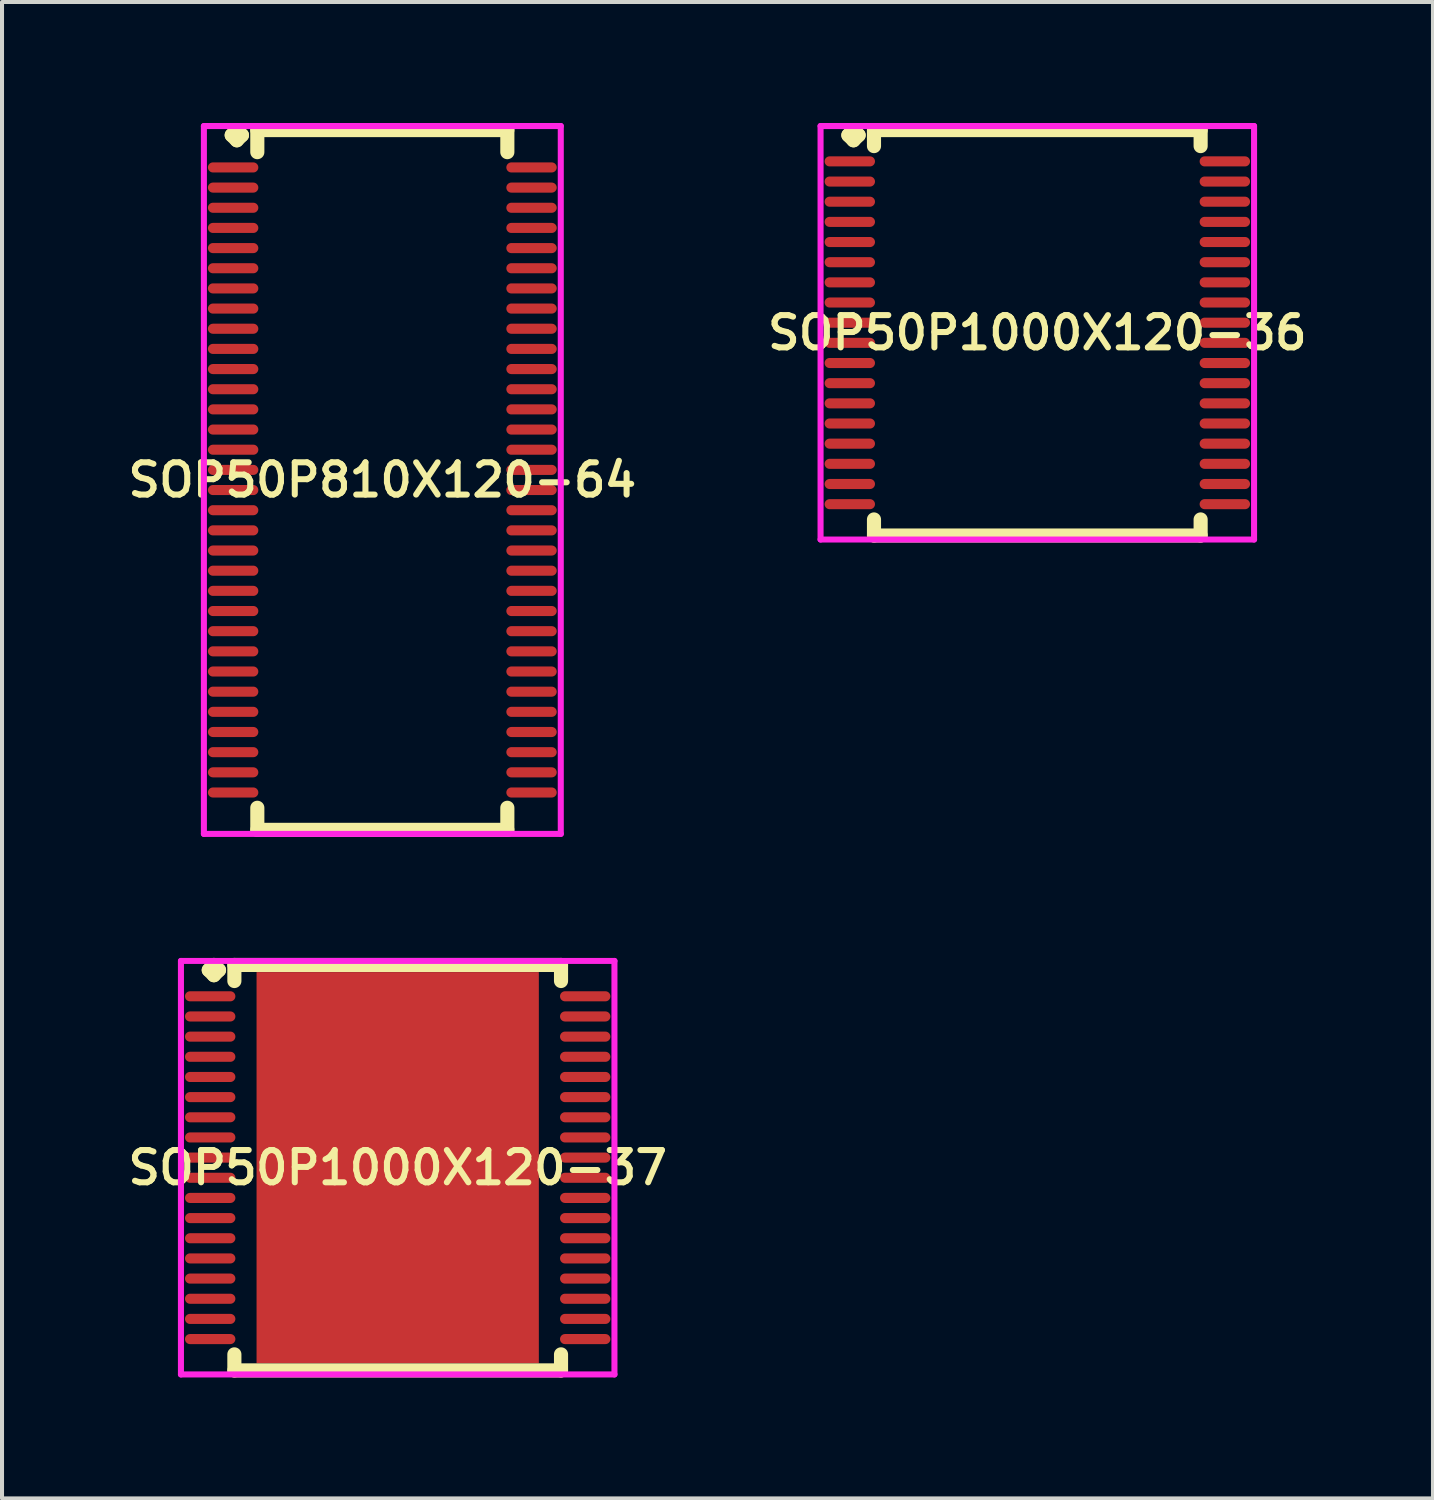
<source format=kicad_pcb>
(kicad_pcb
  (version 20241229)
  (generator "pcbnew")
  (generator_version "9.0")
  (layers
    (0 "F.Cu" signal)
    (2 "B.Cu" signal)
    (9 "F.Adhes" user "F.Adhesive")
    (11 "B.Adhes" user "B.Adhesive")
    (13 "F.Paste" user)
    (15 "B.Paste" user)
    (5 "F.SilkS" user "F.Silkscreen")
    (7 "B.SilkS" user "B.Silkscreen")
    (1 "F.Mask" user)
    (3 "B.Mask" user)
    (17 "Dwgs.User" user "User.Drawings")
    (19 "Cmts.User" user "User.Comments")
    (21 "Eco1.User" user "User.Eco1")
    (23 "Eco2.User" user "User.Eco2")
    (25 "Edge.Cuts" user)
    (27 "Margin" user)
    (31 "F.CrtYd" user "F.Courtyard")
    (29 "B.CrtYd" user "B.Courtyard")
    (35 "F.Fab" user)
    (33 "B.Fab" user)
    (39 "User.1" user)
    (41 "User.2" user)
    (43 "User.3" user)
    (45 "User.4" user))
  (footprint "SOP50P810X120-64"
    (layer "F.Cu")
    (at 6.431 8.852)
    (property "Reference" "SOP50P810X120-64" (at 0 0 0) (layer "F.SilkS") (effects (font (size 0.8 0.8) (thickness 0.15))))
    (attr smd)
    (fp_line (start -3.735 -8.55) (end -3.608 -8.677) (stroke (width 0.35) (type solid)) (layer "F.SilkS"))
    (fp_line (start -3.608 -8.677) (end -3.481 -8.55) (stroke (width 0.35) (type solid)) (layer "F.SilkS"))
    (fp_line (start -3.608 -8.423) (end -3.735 -8.55) (stroke (width 0.35) (type solid)) (layer "F.SilkS"))
    (fp_line (start -3.481 -8.55) (end -3.608 -8.423) (stroke (width 0.35) (type solid)) (layer "F.SilkS"))
    (fp_line (start -3.1 -8.677) (end 3.1 -8.677) (stroke (width 0.35) (type solid)) (layer "F.SilkS"))
    (fp_line (start -3.1 -8.129) (end -3.1 -8.677) (stroke (width 0.35) (type solid)) (layer "F.SilkS"))
    (fp_line (start -3.1 8.129) (end -3.1 8.677) (stroke (width 0.35) (type solid)) (layer "F.SilkS"))
    (fp_line (start -3.1 8.677) (end 3.1 8.677) (stroke (width 0.35) (type solid)) (layer "F.SilkS"))
    (fp_line (start 3.1 -8.677) (end 3.1 -8.129) (stroke (width 0.35) (type solid)) (layer "F.SilkS"))
    (fp_line (start 3.1 8.677) (end 3.1 8.129) (stroke (width 0.35) (type solid)) (layer "F.SilkS"))
    (fp_line (start -4.425 -8.777) (end 4.425 -8.777) (stroke (width 0.15) (type solid)) (layer "F.CrtYd"))
    (fp_line (start -4.425 8.777) (end -4.425 -8.777) (stroke (width 0.15) (type solid)) (layer "F.CrtYd"))
    (fp_line (start 4.425 -8.777) (end 4.425 8.777) (stroke (width 0.15) (type solid)) (layer "F.CrtYd"))
    (fp_line (start 4.425 8.777) (end -4.425 8.777) (stroke (width 0.15) (type solid)) (layer "F.CrtYd"))
    (pad "1" smd oval (at -3.7 -7.75) (size 1.25 0.25) (layers "F.Cu" "F.Mask" "F.Paste"))
    (pad "2" smd oval (at -3.7 -7.25) (size 1.25 0.25) (layers "F.Cu" "F.Mask" "F.Paste"))
    (pad "3" smd oval (at -3.7 -6.75) (size 1.25 0.25) (layers "F.Cu" "F.Mask" "F.Paste"))
    (pad "4" smd oval (at -3.7 -6.25) (size 1.25 0.25) (layers "F.Cu" "F.Mask" "F.Paste"))
    (pad "5" smd oval (at -3.7 -5.75) (size 1.25 0.25) (layers "F.Cu" "F.Mask" "F.Paste"))
    (pad "6" smd oval (at -3.7 -5.25) (size 1.25 0.25) (layers "F.Cu" "F.Mask" "F.Paste"))
    (pad "7" smd oval (at -3.7 -4.75) (size 1.25 0.25) (layers "F.Cu" "F.Mask" "F.Paste"))
    (pad "8" smd oval (at -3.7 -4.25) (size 1.25 0.25) (layers "F.Cu" "F.Mask" "F.Paste"))
    (pad "9" smd oval (at -3.7 -3.75) (size 1.25 0.25) (layers "F.Cu" "F.Mask" "F.Paste"))
    (pad "10" smd oval (at -3.7 -3.25) (size 1.25 0.25) (layers "F.Cu" "F.Mask" "F.Paste"))
    (pad "11" smd oval (at -3.7 -2.75) (size 1.25 0.25) (layers "F.Cu" "F.Mask" "F.Paste"))
    (pad "12" smd oval (at -3.7 -2.25) (size 1.25 0.25) (layers "F.Cu" "F.Mask" "F.Paste"))
    (pad "13" smd oval (at -3.7 -1.75) (size 1.25 0.25) (layers "F.Cu" "F.Mask" "F.Paste"))
    (pad "14" smd oval (at -3.7 -1.25) (size 1.25 0.25) (layers "F.Cu" "F.Mask" "F.Paste"))
    (pad "15" smd oval (at -3.7 -0.75) (size 1.25 0.25) (layers "F.Cu" "F.Mask" "F.Paste"))
    (pad "16" smd oval (at -3.7 -0.25) (size 1.25 0.25) (layers "F.Cu" "F.Mask" "F.Paste"))
    (pad "17" smd oval (at -3.7 0.25) (size 1.25 0.25) (layers "F.Cu" "F.Mask" "F.Paste"))
    (pad "18" smd oval (at -3.7 0.75) (size 1.25 0.25) (layers "F.Cu" "F.Mask" "F.Paste"))
    (pad "19" smd oval (at -3.7 1.25) (size 1.25 0.25) (layers "F.Cu" "F.Mask" "F.Paste"))
    (pad "20" smd oval (at -3.7 1.75) (size 1.25 0.25) (layers "F.Cu" "F.Mask" "F.Paste"))
    (pad "21" smd oval (at -3.7 2.25) (size 1.25 0.25) (layers "F.Cu" "F.Mask" "F.Paste"))
    (pad "22" smd oval (at -3.7 2.75) (size 1.25 0.25) (layers "F.Cu" "F.Mask" "F.Paste"))
    (pad "23" smd oval (at -3.7 3.25) (size 1.25 0.25) (layers "F.Cu" "F.Mask" "F.Paste"))
    (pad "24" smd oval (at -3.7 3.75) (size 1.25 0.25) (layers "F.Cu" "F.Mask" "F.Paste"))
    (pad "25" smd oval (at -3.7 4.25) (size 1.25 0.25) (layers "F.Cu" "F.Mask" "F.Paste"))
    (pad "26" smd oval (at -3.7 4.75) (size 1.25 0.25) (layers "F.Cu" "F.Mask" "F.Paste"))
    (pad "27" smd oval (at -3.7 5.25) (size 1.25 0.25) (layers "F.Cu" "F.Mask" "F.Paste"))
    (pad "28" smd oval (at -3.7 5.75) (size 1.25 0.25) (layers "F.Cu" "F.Mask" "F.Paste"))
    (pad "29" smd oval (at -3.7 6.25) (size 1.25 0.25) (layers "F.Cu" "F.Mask" "F.Paste"))
    (pad "30" smd oval (at -3.7 6.75) (size 1.25 0.25) (layers "F.Cu" "F.Mask" "F.Paste"))
    (pad "31" smd oval (at -3.7 7.25) (size 1.25 0.25) (layers "F.Cu" "F.Mask" "F.Paste"))
    (pad "32" smd oval (at -3.7 7.75) (size 1.25 0.25) (layers "F.Cu" "F.Mask" "F.Paste"))
    (pad "33" smd oval (at 3.7 7.75) (size 1.25 0.25) (layers "F.Cu" "F.Mask" "F.Paste"))
    (pad "34" smd oval (at 3.7 7.25) (size 1.25 0.25) (layers "F.Cu" "F.Mask" "F.Paste"))
    (pad "35" smd oval (at 3.7 6.75) (size 1.25 0.25) (layers "F.Cu" "F.Mask" "F.Paste"))
    (pad "36" smd oval (at 3.7 6.25) (size 1.25 0.25) (layers "F.Cu" "F.Mask" "F.Paste"))
    (pad "37" smd oval (at 3.7 5.75) (size 1.25 0.25) (layers "F.Cu" "F.Mask" "F.Paste"))
    (pad "38" smd oval (at 3.7 5.25) (size 1.25 0.25) (layers "F.Cu" "F.Mask" "F.Paste"))
    (pad "39" smd oval (at 3.7 4.75) (size 1.25 0.25) (layers "F.Cu" "F.Mask" "F.Paste"))
    (pad "40" smd oval (at 3.7 4.25) (size 1.25 0.25) (layers "F.Cu" "F.Mask" "F.Paste"))
    (pad "41" smd oval (at 3.7 3.75) (size 1.25 0.25) (layers "F.Cu" "F.Mask" "F.Paste"))
    (pad "42" smd oval (at 3.7 3.25) (size 1.25 0.25) (layers "F.Cu" "F.Mask" "F.Paste"))
    (pad "43" smd oval (at 3.7 2.75) (size 1.25 0.25) (layers "F.Cu" "F.Mask" "F.Paste"))
    (pad "44" smd oval (at 3.7 2.25) (size 1.25 0.25) (layers "F.Cu" "F.Mask" "F.Paste"))
    (pad "45" smd oval (at 3.7 1.75) (size 1.25 0.25) (layers "F.Cu" "F.Mask" "F.Paste"))
    (pad "46" smd oval (at 3.7 1.25) (size 1.25 0.25) (layers "F.Cu" "F.Mask" "F.Paste"))
    (pad "47" smd oval (at 3.7 0.75) (size 1.25 0.25) (layers "F.Cu" "F.Mask" "F.Paste"))
    (pad "48" smd oval (at 3.7 0.25) (size 1.25 0.25) (layers "F.Cu" "F.Mask" "F.Paste"))
    (pad "49" smd oval (at 3.7 -0.25) (size 1.25 0.25) (layers "F.Cu" "F.Mask" "F.Paste"))
    (pad "50" smd oval (at 3.7 -0.75) (size 1.25 0.25) (layers "F.Cu" "F.Mask" "F.Paste"))
    (pad "51" smd oval (at 3.7 -1.25) (size 1.25 0.25) (layers "F.Cu" "F.Mask" "F.Paste"))
    (pad "52" smd oval (at 3.7 -1.75) (size 1.25 0.25) (layers "F.Cu" "F.Mask" "F.Paste"))
    (pad "53" smd oval (at 3.7 -2.25) (size 1.25 0.25) (layers "F.Cu" "F.Mask" "F.Paste"))
    (pad "54" smd oval (at 3.7 -2.75) (size 1.25 0.25) (layers "F.Cu" "F.Mask" "F.Paste"))
    (pad "55" smd oval (at 3.7 -3.25) (size 1.25 0.25) (layers "F.Cu" "F.Mask" "F.Paste"))
    (pad "56" smd oval (at 3.7 -3.75) (size 1.25 0.25) (layers "F.Cu" "F.Mask" "F.Paste"))
    (pad "57" smd oval (at 3.7 -4.25) (size 1.25 0.25) (layers "F.Cu" "F.Mask" "F.Paste"))
    (pad "58" smd oval (at 3.7 -4.75) (size 1.25 0.25) (layers "F.Cu" "F.Mask" "F.Paste"))
    (pad "59" smd oval (at 3.7 -5.25) (size 1.25 0.25) (layers "F.Cu" "F.Mask" "F.Paste"))
    (pad "60" smd oval (at 3.7 -5.75) (size 1.25 0.25) (layers "F.Cu" "F.Mask" "F.Paste"))
    (pad "61" smd oval (at 3.7 -6.25) (size 1.25 0.25) (layers "F.Cu" "F.Mask" "F.Paste"))
    (pad "62" smd oval (at 3.7 -6.75) (size 1.25 0.25) (layers "F.Cu" "F.Mask" "F.Paste"))
    (pad "63" smd oval (at 3.7 -7.25) (size 1.25 0.25) (layers "F.Cu" "F.Mask" "F.Paste"))
    (pad "64" smd oval (at 3.7 -7.75) (size 1.25 0.25) (layers "F.Cu" "F.Mask" "F.Paste")))
  (footprint "SOP50P1000X120-36"
    (layer "F.Cu")
    (at 22.673 5.202)
    (property "Reference" "SOP50P1000X120-36" (at 0 0 0) (layer "F.SilkS") (effects (font (size 0.8 0.8) (thickness 0.15))))
    (attr smd)
    (fp_line (start -4.685 -4.9) (end -4.558 -5.027) (stroke (width 0.35) (type solid)) (layer "F.SilkS"))
    (fp_line (start -4.558 -5.027) (end -4.431 -4.9) (stroke (width 0.35) (type solid)) (layer "F.SilkS"))
    (fp_line (start -4.558 -4.773) (end -4.685 -4.9) (stroke (width 0.35) (type solid)) (layer "F.SilkS"))
    (fp_line (start -4.431 -4.9) (end -4.558 -4.773) (stroke (width 0.35) (type solid)) (layer "F.SilkS"))
    (fp_line (start -4.05 -5.027) (end 4.05 -5.027) (stroke (width 0.35) (type solid)) (layer "F.SilkS"))
    (fp_line (start -4.05 -4.629) (end -4.05 -5.027) (stroke (width 0.35) (type solid)) (layer "F.SilkS"))
    (fp_line (start -4.05 4.629) (end -4.05 5.027) (stroke (width 0.35) (type solid)) (layer "F.SilkS"))
    (fp_line (start -4.05 5.027) (end 4.05 5.027) (stroke (width 0.35) (type solid)) (layer "F.SilkS"))
    (fp_line (start 4.05 -5.027) (end 4.05 -4.629) (stroke (width 0.35) (type solid)) (layer "F.SilkS"))
    (fp_line (start 4.05 5.027) (end 4.05 4.629) (stroke (width 0.35) (type solid)) (layer "F.SilkS"))
    (fp_line (start -5.375 -5.127) (end 5.375 -5.127) (stroke (width 0.15) (type solid)) (layer "F.CrtYd"))
    (fp_line (start -5.375 5.127) (end -5.375 -5.127) (stroke (width 0.15) (type solid)) (layer "F.CrtYd"))
    (fp_line (start 5.375 -5.127) (end 5.375 5.127) (stroke (width 0.15) (type solid)) (layer "F.CrtYd"))
    (fp_line (start 5.375 5.127) (end -5.375 5.127) (stroke (width 0.15) (type solid)) (layer "F.CrtYd"))
    (pad "1" smd oval (at -4.65 -4.25) (size 1.25 0.25) (layers "F.Cu" "F.Mask" "F.Paste"))
    (pad "2" smd oval (at -4.65 -3.75) (size 1.25 0.25) (layers "F.Cu" "F.Mask" "F.Paste"))
    (pad "3" smd oval (at -4.65 -3.25) (size 1.25 0.25) (layers "F.Cu" "F.Mask" "F.Paste"))
    (pad "4" smd oval (at -4.65 -2.75) (size 1.25 0.25) (layers "F.Cu" "F.Mask" "F.Paste"))
    (pad "5" smd oval (at -4.65 -2.25) (size 1.25 0.25) (layers "F.Cu" "F.Mask" "F.Paste"))
    (pad "6" smd oval (at -4.65 -1.75) (size 1.25 0.25) (layers "F.Cu" "F.Mask" "F.Paste"))
    (pad "7" smd oval (at -4.65 -1.25) (size 1.25 0.25) (layers "F.Cu" "F.Mask" "F.Paste"))
    (pad "8" smd oval (at -4.65 -0.75) (size 1.25 0.25) (layers "F.Cu" "F.Mask" "F.Paste"))
    (pad "9" smd oval (at -4.65 -0.25) (size 1.25 0.25) (layers "F.Cu" "F.Mask" "F.Paste"))
    (pad "10" smd oval (at -4.65 0.25) (size 1.25 0.25) (layers "F.Cu" "F.Mask" "F.Paste"))
    (pad "11" smd oval (at -4.65 0.75) (size 1.25 0.25) (layers "F.Cu" "F.Mask" "F.Paste"))
    (pad "12" smd oval (at -4.65 1.25) (size 1.25 0.25) (layers "F.Cu" "F.Mask" "F.Paste"))
    (pad "13" smd oval (at -4.65 1.75) (size 1.25 0.25) (layers "F.Cu" "F.Mask" "F.Paste"))
    (pad "14" smd oval (at -4.65 2.25) (size 1.25 0.25) (layers "F.Cu" "F.Mask" "F.Paste"))
    (pad "15" smd oval (at -4.65 2.75) (size 1.25 0.25) (layers "F.Cu" "F.Mask" "F.Paste"))
    (pad "16" smd oval (at -4.65 3.25) (size 1.25 0.25) (layers "F.Cu" "F.Mask" "F.Paste"))
    (pad "17" smd oval (at -4.65 3.75) (size 1.25 0.25) (layers "F.Cu" "F.Mask" "F.Paste"))
    (pad "18" smd oval (at -4.65 4.25) (size 1.25 0.25) (layers "F.Cu" "F.Mask" "F.Paste"))
    (pad "19" smd oval (at 4.65 4.25) (size 1.25 0.25) (layers "F.Cu" "F.Mask" "F.Paste"))
    (pad "20" smd oval (at 4.65 3.75) (size 1.25 0.25) (layers "F.Cu" "F.Mask" "F.Paste"))
    (pad "21" smd oval (at 4.65 3.25) (size 1.25 0.25) (layers "F.Cu" "F.Mask" "F.Paste"))
    (pad "22" smd oval (at 4.65 2.75) (size 1.25 0.25) (layers "F.Cu" "F.Mask" "F.Paste"))
    (pad "23" smd oval (at 4.65 2.25) (size 1.25 0.25) (layers "F.Cu" "F.Mask" "F.Paste"))
    (pad "24" smd oval (at 4.65 1.75) (size 1.25 0.25) (layers "F.Cu" "F.Mask" "F.Paste"))
    (pad "25" smd oval (at 4.65 1.25) (size 1.25 0.25) (layers "F.Cu" "F.Mask" "F.Paste"))
    (pad "26" smd oval (at 4.65 0.75) (size 1.25 0.25) (layers "F.Cu" "F.Mask" "F.Paste"))
    (pad "27" smd oval (at 4.65 0.25) (size 1.25 0.25) (layers "F.Cu" "F.Mask" "F.Paste"))
    (pad "28" smd oval (at 4.65 -0.25) (size 1.25 0.25) (layers "F.Cu" "F.Mask" "F.Paste"))
    (pad "29" smd oval (at 4.65 -0.75) (size 1.25 0.25) (layers "F.Cu" "F.Mask" "F.Paste"))
    (pad "30" smd oval (at 4.65 -1.25) (size 1.25 0.25) (layers "F.Cu" "F.Mask" "F.Paste"))
    (pad "31" smd oval (at 4.65 -1.75) (size 1.25 0.25) (layers "F.Cu" "F.Mask" "F.Paste"))
    (pad "32" smd oval (at 4.65 -2.25) (size 1.25 0.25) (layers "F.Cu" "F.Mask" "F.Paste"))
    (pad "33" smd oval (at 4.65 -2.75) (size 1.25 0.25) (layers "F.Cu" "F.Mask" "F.Paste"))
    (pad "34" smd oval (at 4.65 -3.25) (size 1.25 0.25) (layers "F.Cu" "F.Mask" "F.Paste"))
    (pad "35" smd oval (at 4.65 -3.75) (size 1.25 0.25) (layers "F.Cu" "F.Mask" "F.Paste"))
    (pad "36" smd oval (at 4.65 -4.25) (size 1.25 0.25) (layers "F.Cu" "F.Mask" "F.Paste")))
  (footprint "SOP50P1000X120-37"
    (layer "F.Cu")
    (at 6.812 25.906)
    (property "Reference" "SOP50P1000X120-37" (at 0 0 0) (layer "F.SilkS") (effects (font (size 0.8 0.8) (thickness 0.15))))
    (attr smd)
    (fp_line (start -4.685 -4.9) (end -4.558 -5.027) (stroke (width 0.35) (type solid)) (layer "F.SilkS"))
    (fp_line (start -4.558 -5.027) (end -4.431 -4.9) (stroke (width 0.35) (type solid)) (layer "F.SilkS"))
    (fp_line (start -4.558 -4.773) (end -4.685 -4.9) (stroke (width 0.35) (type solid)) (layer "F.SilkS"))
    (fp_line (start -4.431 -4.9) (end -4.558 -4.773) (stroke (width 0.35) (type solid)) (layer "F.SilkS"))
    (fp_line (start -4.05 -5.027) (end 4.05 -5.027) (stroke (width 0.35) (type solid)) (layer "F.SilkS"))
    (fp_line (start -4.05 -4.629) (end -4.05 -5.027) (stroke (width 0.35) (type solid)) (layer "F.SilkS"))
    (fp_line (start -4.05 4.629) (end -4.05 5.027) (stroke (width 0.35) (type solid)) (layer "F.SilkS"))
    (fp_line (start -4.05 5.027) (end 4.05 5.027) (stroke (width 0.35) (type solid)) (layer "F.SilkS"))
    (fp_line (start 4.05 -5.027) (end 4.05 -4.629) (stroke (width 0.35) (type solid)) (layer "F.SilkS"))
    (fp_line (start 4.05 5.027) (end 4.05 4.629) (stroke (width 0.35) (type solid)) (layer "F.SilkS"))
    (fp_line (start -5.375 -5.127) (end 5.375 -5.127) (stroke (width 0.15) (type solid)) (layer "F.CrtYd"))
    (fp_line (start -5.375 5.127) (end -5.375 -5.127) (stroke (width 0.15) (type solid)) (layer "F.CrtYd"))
    (fp_line (start 5.375 -5.127) (end 5.375 5.127) (stroke (width 0.15) (type solid)) (layer "F.CrtYd"))
    (fp_line (start 5.375 5.127) (end -5.375 5.127) (stroke (width 0.15) (type solid)) (layer "F.CrtYd"))
    (pad "1" smd oval (at -4.65 -4.25) (size 1.25 0.25) (layers "F.Cu" "F.Mask" "F.Paste"))
    (pad "2" smd oval (at -4.65 -3.75) (size 1.25 0.25) (layers "F.Cu" "F.Mask" "F.Paste"))
    (pad "3" smd oval (at -4.65 -3.25) (size 1.25 0.25) (layers "F.Cu" "F.Mask" "F.Paste"))
    (pad "4" smd oval (at -4.65 -2.75) (size 1.25 0.25) (layers "F.Cu" "F.Mask" "F.Paste"))
    (pad "5" smd oval (at -4.65 -2.25) (size 1.25 0.25) (layers "F.Cu" "F.Mask" "F.Paste"))
    (pad "6" smd oval (at -4.65 -1.75) (size 1.25 0.25) (layers "F.Cu" "F.Mask" "F.Paste"))
    (pad "7" smd oval (at -4.65 -1.25) (size 1.25 0.25) (layers "F.Cu" "F.Mask" "F.Paste"))
    (pad "8" smd oval (at -4.65 -0.75) (size 1.25 0.25) (layers "F.Cu" "F.Mask" "F.Paste"))
    (pad "9" smd oval (at -4.65 -0.25) (size 1.25 0.25) (layers "F.Cu" "F.Mask" "F.Paste"))
    (pad "10" smd oval (at -4.65 0.25) (size 1.25 0.25) (layers "F.Cu" "F.Mask" "F.Paste"))
    (pad "11" smd oval (at -4.65 0.75) (size 1.25 0.25) (layers "F.Cu" "F.Mask" "F.Paste"))
    (pad "12" smd oval (at -4.65 1.25) (size 1.25 0.25) (layers "F.Cu" "F.Mask" "F.Paste"))
    (pad "13" smd oval (at -4.65 1.75) (size 1.25 0.25) (layers "F.Cu" "F.Mask" "F.Paste"))
    (pad "14" smd oval (at -4.65 2.25) (size 1.25 0.25) (layers "F.Cu" "F.Mask" "F.Paste"))
    (pad "15" smd oval (at -4.65 2.75) (size 1.25 0.25) (layers "F.Cu" "F.Mask" "F.Paste"))
    (pad "16" smd oval (at -4.65 3.25) (size 1.25 0.25) (layers "F.Cu" "F.Mask" "F.Paste"))
    (pad "17" smd oval (at -4.65 3.75) (size 1.25 0.25) (layers "F.Cu" "F.Mask" "F.Paste"))
    (pad "18" smd oval (at -4.65 4.25) (size 1.25 0.25) (layers "F.Cu" "F.Mask" "F.Paste"))
    (pad "19" smd oval (at 4.65 4.25) (size 1.25 0.25) (layers "F.Cu" "F.Mask" "F.Paste"))
    (pad "20" smd oval (at 4.65 3.75) (size 1.25 0.25) (layers "F.Cu" "F.Mask" "F.Paste"))
    (pad "21" smd oval (at 4.65 3.25) (size 1.25 0.25) (layers "F.Cu" "F.Mask" "F.Paste"))
    (pad "22" smd oval (at 4.65 2.75) (size 1.25 0.25) (layers "F.Cu" "F.Mask" "F.Paste"))
    (pad "23" smd oval (at 4.65 2.25) (size 1.25 0.25) (layers "F.Cu" "F.Mask" "F.Paste"))
    (pad "24" smd oval (at 4.65 1.75) (size 1.25 0.25) (layers "F.Cu" "F.Mask" "F.Paste"))
    (pad "25" smd oval (at 4.65 1.25) (size 1.25 0.25) (layers "F.Cu" "F.Mask" "F.Paste"))
    (pad "26" smd oval (at 4.65 0.75) (size 1.25 0.25) (layers "F.Cu" "F.Mask" "F.Paste"))
    (pad "27" smd oval (at 4.65 0.25) (size 1.25 0.25) (layers "F.Cu" "F.Mask" "F.Paste"))
    (pad "28" smd oval (at 4.65 -0.25) (size 1.25 0.25) (layers "F.Cu" "F.Mask" "F.Paste"))
    (pad "29" smd oval (at 4.65 -0.75) (size 1.25 0.25) (layers "F.Cu" "F.Mask" "F.Paste"))
    (pad "30" smd oval (at 4.65 -1.25) (size 1.25 0.25) (layers "F.Cu" "F.Mask" "F.Paste"))
    (pad "31" smd oval (at 4.65 -1.75) (size 1.25 0.25) (layers "F.Cu" "F.Mask" "F.Paste"))
    (pad "32" smd oval (at 4.65 -2.25) (size 1.25 0.25) (layers "F.Cu" "F.Mask" "F.Paste"))
    (pad "33" smd oval (at 4.65 -2.75) (size 1.25 0.25) (layers "F.Cu" "F.Mask" "F.Paste"))
    (pad "34" smd oval (at 4.65 -3.25) (size 1.25 0.25) (layers "F.Cu" "F.Mask" "F.Paste"))
    (pad "35" smd oval (at 4.65 -3.75) (size 1.25 0.25) (layers "F.Cu" "F.Mask" "F.Paste"))
    (pad "36" smd oval (at 4.65 -4.25) (size 1.25 0.25) (layers "F.Cu" "F.Mask" "F.Paste"))
    (pad "37" smd rect (at 0 0) (size 7 9.7) (layers "F.Cu" "F.Mask" "F.Paste")))
  (gr_rect
    (start -3 -3)
    (end 32.485 34.108)
    (stroke (width 0.1) (type default))
    (fill no)
    (layer "Edge.Cuts")))
</source>
